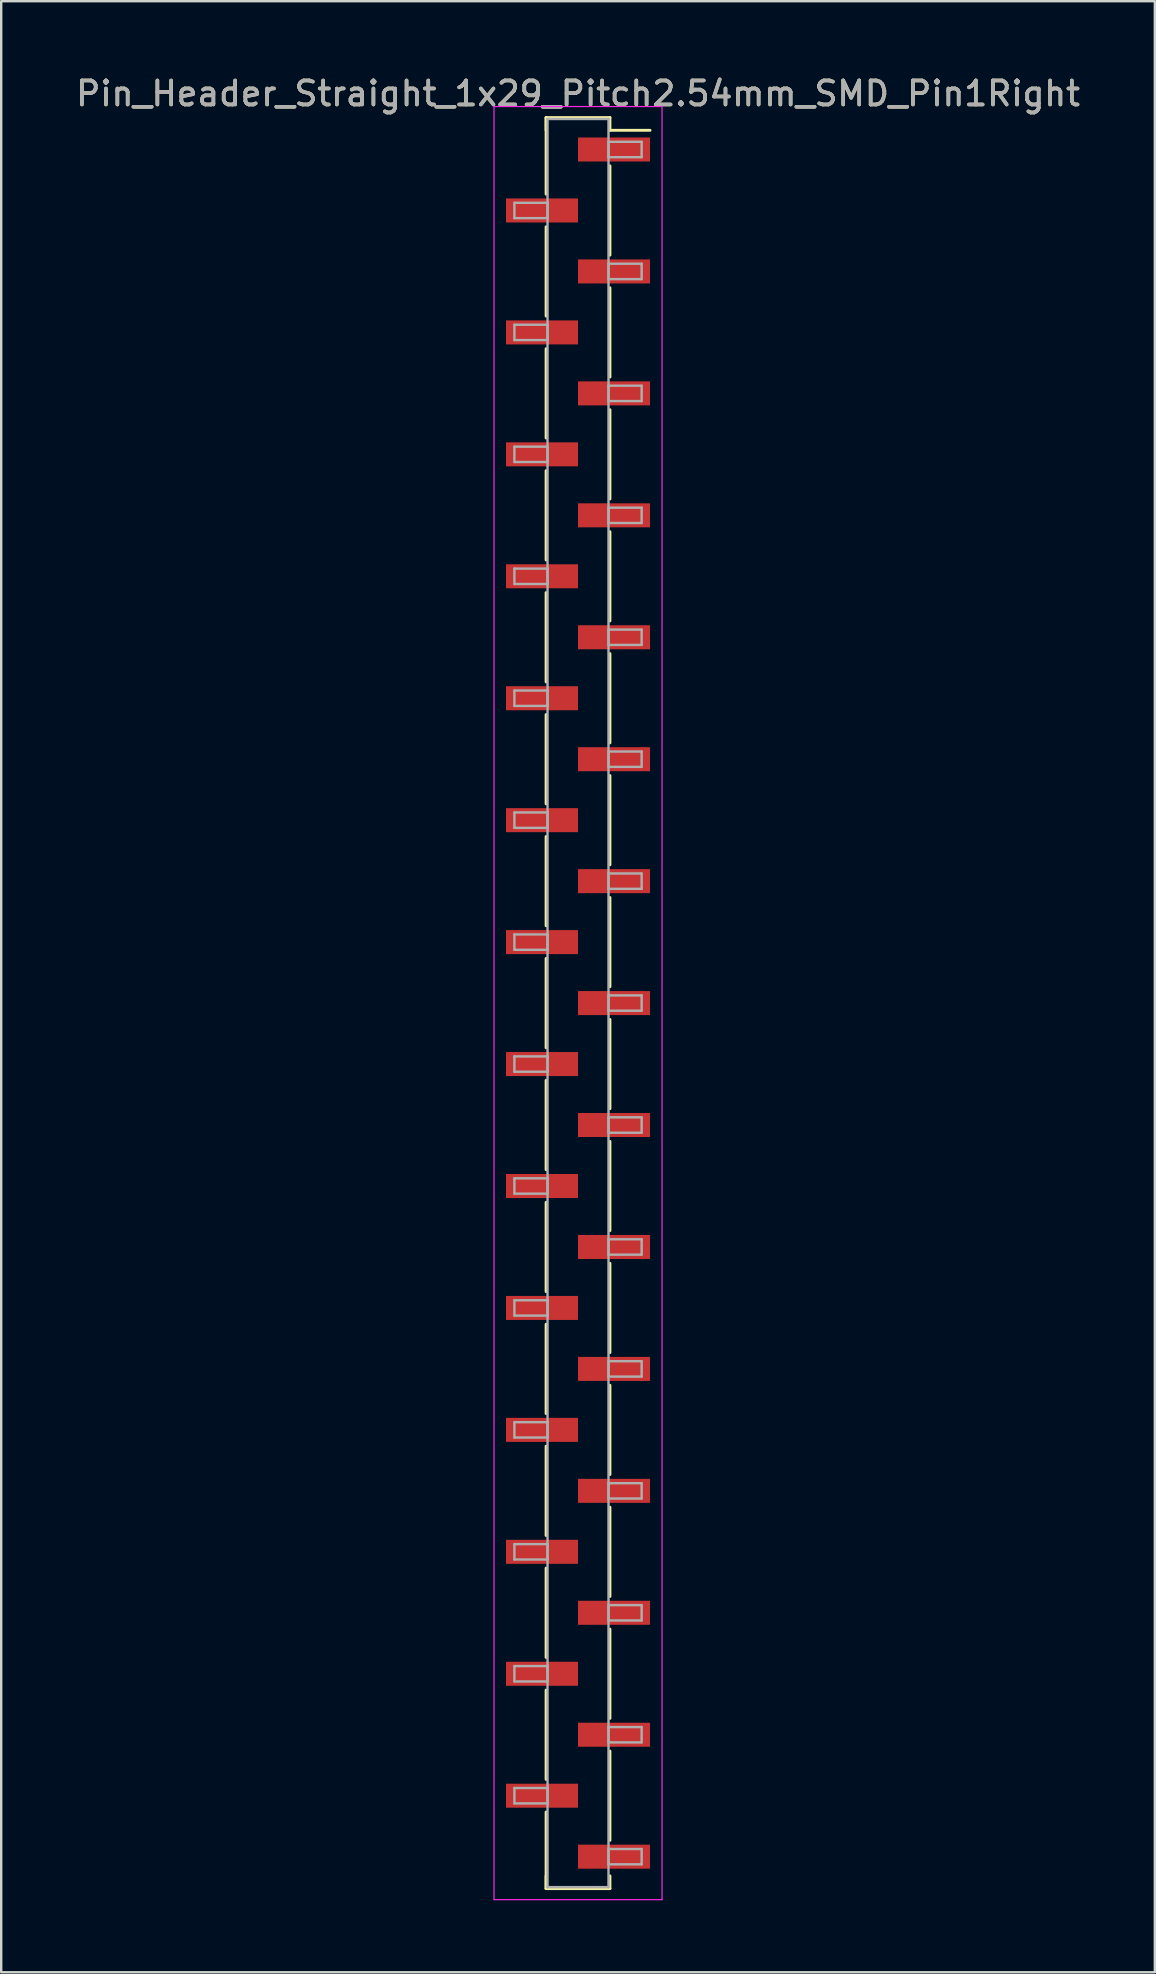
<source format=kicad_pcb>
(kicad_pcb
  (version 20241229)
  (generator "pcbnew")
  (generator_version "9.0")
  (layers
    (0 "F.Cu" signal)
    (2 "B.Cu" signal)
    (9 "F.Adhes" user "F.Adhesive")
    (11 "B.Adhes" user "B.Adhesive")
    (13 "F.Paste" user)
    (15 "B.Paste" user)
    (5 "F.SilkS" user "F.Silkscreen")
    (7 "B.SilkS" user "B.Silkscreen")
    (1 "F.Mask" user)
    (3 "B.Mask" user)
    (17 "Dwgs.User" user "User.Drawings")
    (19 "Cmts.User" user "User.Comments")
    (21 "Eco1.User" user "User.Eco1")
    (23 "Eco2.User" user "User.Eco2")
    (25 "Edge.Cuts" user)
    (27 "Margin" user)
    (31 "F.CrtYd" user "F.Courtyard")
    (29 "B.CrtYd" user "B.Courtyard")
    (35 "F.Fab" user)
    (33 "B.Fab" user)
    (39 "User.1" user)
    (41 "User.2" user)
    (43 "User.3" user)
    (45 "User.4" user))
  (footprint "Pin_Header_Straight_1x29_Pitch2.54mm_SMD_Pin1Right"
    (layer "F.Cu")
    (at 21.03 38.738)
    (property "Reference" "Pin_Header_Straight_1x29_Pitch2.54mm_SMD_Pin1Right" (at 0 -37.89 0) (layer "F.SilkS") (effects (font (size 1 1) (thickness 0.15))))
    (attr smd)
    (fp_line (start -1.33 -36.89) (end -1.33 -33.7) (stroke (width 0.12) (type solid)) (layer "F.SilkS"))
    (fp_line (start -1.33 -36.89) (end 1.33 -36.89) (stroke (width 0.12) (type solid)) (layer "F.SilkS"))
    (fp_line (start -1.33 -36.36) (end -1.33 -36.89) (stroke (width 0.12) (type solid)) (layer "F.SilkS"))
    (fp_line (start -1.33 -32.34) (end -1.33 -28.62) (stroke (width 0.12) (type solid)) (layer "F.SilkS"))
    (fp_line (start -1.33 -27.26) (end -1.33 -23.54) (stroke (width 0.12) (type solid)) (layer "F.SilkS"))
    (fp_line (start -1.33 -22.18) (end -1.33 -18.46) (stroke (width 0.12) (type solid)) (layer "F.SilkS"))
    (fp_line (start -1.33 -17.1) (end -1.33 -13.38) (stroke (width 0.12) (type solid)) (layer "F.SilkS"))
    (fp_line (start -1.33 -12.02) (end -1.33 -8.3) (stroke (width 0.12) (type solid)) (layer "F.SilkS"))
    (fp_line (start -1.33 -6.94) (end -1.33 -3.22) (stroke (width 0.12) (type solid)) (layer "F.SilkS"))
    (fp_line (start -1.33 -1.86) (end -1.33 1.86) (stroke (width 0.12) (type solid)) (layer "F.SilkS"))
    (fp_line (start -1.33 3.22) (end -1.33 6.94) (stroke (width 0.12) (type solid)) (layer "F.SilkS"))
    (fp_line (start -1.33 8.3) (end -1.33 12.02) (stroke (width 0.12) (type solid)) (layer "F.SilkS"))
    (fp_line (start -1.33 13.38) (end -1.33 17.1) (stroke (width 0.12) (type solid)) (layer "F.SilkS"))
    (fp_line (start -1.33 18.46) (end -1.33 22.18) (stroke (width 0.12) (type solid)) (layer "F.SilkS"))
    (fp_line (start -1.33 23.54) (end -1.33 27.26) (stroke (width 0.12) (type solid)) (layer "F.SilkS"))
    (fp_line (start -1.33 28.62) (end -1.33 32.34) (stroke (width 0.12) (type solid)) (layer "F.SilkS"))
    (fp_line (start -1.33 33.7) (end -1.33 36.89) (stroke (width 0.12) (type solid)) (layer "F.SilkS"))
    (fp_line (start -1.33 36.36) (end -1.33 36.89) (stroke (width 0.12) (type solid)) (layer "F.SilkS"))
    (fp_line (start -1.33 36.89) (end 1.33 36.89) (stroke (width 0.12) (type solid)) (layer "F.SilkS"))
    (fp_line (start 1.33 -36.89) (end 1.33 -36.36) (stroke (width 0.12) (type solid)) (layer "F.SilkS"))
    (fp_line (start 1.33 -36.36) (end 3 -36.36) (stroke (width 0.12) (type solid)) (layer "F.SilkS"))
    (fp_line (start 1.33 -34.88) (end 1.33 -31.16) (stroke (width 0.12) (type solid)) (layer "F.SilkS"))
    (fp_line (start 1.33 -29.8) (end 1.33 -26.08) (stroke (width 0.12) (type solid)) (layer "F.SilkS"))
    (fp_line (start 1.33 -24.72) (end 1.33 -21) (stroke (width 0.12) (type solid)) (layer "F.SilkS"))
    (fp_line (start 1.33 -19.64) (end 1.33 -15.92) (stroke (width 0.12) (type solid)) (layer "F.SilkS"))
    (fp_line (start 1.33 -14.56) (end 1.33 -10.84) (stroke (width 0.12) (type solid)) (layer "F.SilkS"))
    (fp_line (start 1.33 -9.48) (end 1.33 -5.76) (stroke (width 0.12) (type solid)) (layer "F.SilkS"))
    (fp_line (start 1.33 -4.4) (end 1.33 -0.68) (stroke (width 0.12) (type solid)) (layer "F.SilkS"))
    (fp_line (start 1.33 0.68) (end 1.33 4.4) (stroke (width 0.12) (type solid)) (layer "F.SilkS"))
    (fp_line (start 1.33 5.76) (end 1.33 9.48) (stroke (width 0.12) (type solid)) (layer "F.SilkS"))
    (fp_line (start 1.33 10.84) (end 1.33 14.56) (stroke (width 0.12) (type solid)) (layer "F.SilkS"))
    (fp_line (start 1.33 15.92) (end 1.33 19.64) (stroke (width 0.12) (type solid)) (layer "F.SilkS"))
    (fp_line (start 1.33 21) (end 1.33 24.72) (stroke (width 0.12) (type solid)) (layer "F.SilkS"))
    (fp_line (start 1.33 26.08) (end 1.33 29.8) (stroke (width 0.12) (type solid)) (layer "F.SilkS"))
    (fp_line (start 1.33 31.16) (end 1.33 34.88) (stroke (width 0.12) (type solid)) (layer "F.SilkS"))
    (fp_line (start 1.33 36.89) (end 1.33 36.36) (stroke (width 0.12) (type solid)) (layer "F.SilkS"))
    (fp_line (start -3.5 -37.35) (end -3.5 37.35) (stroke (width 0.05) (type solid)) (layer "F.CrtYd"))
    (fp_line (start -3.5 37.35) (end 3.5 37.35) (stroke (width 0.05) (type solid)) (layer "F.CrtYd"))
    (fp_line (start 3.5 -37.35) (end -3.5 -37.35) (stroke (width 0.05) (type solid)) (layer "F.CrtYd"))
    (fp_line (start 3.5 37.35) (end 3.5 -37.35) (stroke (width 0.05) (type solid)) (layer "F.CrtYd"))
    (fp_line (start -2.65 -33.34) (end -1.27 -33.34) (stroke (width 0.1) (type solid)) (layer "F.Fab"))
    (fp_line (start -2.65 -32.7) (end -2.65 -33.34) (stroke (width 0.1) (type solid)) (layer "F.Fab"))
    (fp_line (start -2.65 -28.26) (end -1.27 -28.26) (stroke (width 0.1) (type solid)) (layer "F.Fab"))
    (fp_line (start -2.65 -27.62) (end -2.65 -28.26) (stroke (width 0.1) (type solid)) (layer "F.Fab"))
    (fp_line (start -2.65 -23.18) (end -1.27 -23.18) (stroke (width 0.1) (type solid)) (layer "F.Fab"))
    (fp_line (start -2.65 -22.54) (end -2.65 -23.18) (stroke (width 0.1) (type solid)) (layer "F.Fab"))
    (fp_line (start -2.65 -18.1) (end -1.27 -18.1) (stroke (width 0.1) (type solid)) (layer "F.Fab"))
    (fp_line (start -2.65 -17.46) (end -2.65 -18.1) (stroke (width 0.1) (type solid)) (layer "F.Fab"))
    (fp_line (start -2.65 -13.02) (end -1.27 -13.02) (stroke (width 0.1) (type solid)) (layer "F.Fab"))
    (fp_line (start -2.65 -12.38) (end -2.65 -13.02) (stroke (width 0.1) (type solid)) (layer "F.Fab"))
    (fp_line (start -2.65 -7.94) (end -1.27 -7.94) (stroke (width 0.1) (type solid)) (layer "F.Fab"))
    (fp_line (start -2.65 -7.3) (end -2.65 -7.94) (stroke (width 0.1) (type solid)) (layer "F.Fab"))
    (fp_line (start -2.65 -2.86) (end -1.27 -2.86) (stroke (width 0.1) (type solid)) (layer "F.Fab"))
    (fp_line (start -2.65 -2.22) (end -2.65 -2.86) (stroke (width 0.1) (type solid)) (layer "F.Fab"))
    (fp_line (start -2.65 2.22) (end -1.27 2.22) (stroke (width 0.1) (type solid)) (layer "F.Fab"))
    (fp_line (start -2.65 2.86) (end -2.65 2.22) (stroke (width 0.1) (type solid)) (layer "F.Fab"))
    (fp_line (start -2.65 7.3) (end -1.27 7.3) (stroke (width 0.1) (type solid)) (layer "F.Fab"))
    (fp_line (start -2.65 7.94) (end -2.65 7.3) (stroke (width 0.1) (type solid)) (layer "F.Fab"))
    (fp_line (start -2.65 12.38) (end -1.27 12.38) (stroke (width 0.1) (type solid)) (layer "F.Fab"))
    (fp_line (start -2.65 13.02) (end -2.65 12.38) (stroke (width 0.1) (type solid)) (layer "F.Fab"))
    (fp_line (start -2.65 17.46) (end -1.27 17.46) (stroke (width 0.1) (type solid)) (layer "F.Fab"))
    (fp_line (start -2.65 18.1) (end -2.65 17.46) (stroke (width 0.1) (type solid)) (layer "F.Fab"))
    (fp_line (start -2.65 22.54) (end -1.27 22.54) (stroke (width 0.1) (type solid)) (layer "F.Fab"))
    (fp_line (start -2.65 23.18) (end -2.65 22.54) (stroke (width 0.1) (type solid)) (layer "F.Fab"))
    (fp_line (start -2.65 27.62) (end -1.27 27.62) (stroke (width 0.1) (type solid)) (layer "F.Fab"))
    (fp_line (start -2.65 28.26) (end -2.65 27.62) (stroke (width 0.1) (type solid)) (layer "F.Fab"))
    (fp_line (start -2.65 32.7) (end -1.27 32.7) (stroke (width 0.1) (type solid)) (layer "F.Fab"))
    (fp_line (start -2.65 33.34) (end -2.65 32.7) (stroke (width 0.1) (type solid)) (layer "F.Fab"))
    (fp_line (start -1.27 -36.83) (end -1.27 36.83) (stroke (width 0.1) (type solid)) (layer "F.Fab"))
    (fp_line (start -1.27 -33.34) (end -1.27 -32.7) (stroke (width 0.1) (type solid)) (layer "F.Fab"))
    (fp_line (start -1.27 -32.7) (end -2.65 -32.7) (stroke (width 0.1) (type solid)) (layer "F.Fab"))
    (fp_line (start -1.27 -28.26) (end -1.27 -27.62) (stroke (width 0.1) (type solid)) (layer "F.Fab"))
    (fp_line (start -1.27 -27.62) (end -2.65 -27.62) (stroke (width 0.1) (type solid)) (layer "F.Fab"))
    (fp_line (start -1.27 -23.18) (end -1.27 -22.54) (stroke (width 0.1) (type solid)) (layer "F.Fab"))
    (fp_line (start -1.27 -22.54) (end -2.65 -22.54) (stroke (width 0.1) (type solid)) (layer "F.Fab"))
    (fp_line (start -1.27 -18.1) (end -1.27 -17.46) (stroke (width 0.1) (type solid)) (layer "F.Fab"))
    (fp_line (start -1.27 -17.46) (end -2.65 -17.46) (stroke (width 0.1) (type solid)) (layer "F.Fab"))
    (fp_line (start -1.27 -13.02) (end -1.27 -12.38) (stroke (width 0.1) (type solid)) (layer "F.Fab"))
    (fp_line (start -1.27 -12.38) (end -2.65 -12.38) (stroke (width 0.1) (type solid)) (layer "F.Fab"))
    (fp_line (start -1.27 -7.94) (end -1.27 -7.3) (stroke (width 0.1) (type solid)) (layer "F.Fab"))
    (fp_line (start -1.27 -7.3) (end -2.65 -7.3) (stroke (width 0.1) (type solid)) (layer "F.Fab"))
    (fp_line (start -1.27 -2.86) (end -1.27 -2.22) (stroke (width 0.1) (type solid)) (layer "F.Fab"))
    (fp_line (start -1.27 -2.22) (end -2.65 -2.22) (stroke (width 0.1) (type solid)) (layer "F.Fab"))
    (fp_line (start -1.27 2.22) (end -1.27 2.86) (stroke (width 0.1) (type solid)) (layer "F.Fab"))
    (fp_line (start -1.27 2.86) (end -2.65 2.86) (stroke (width 0.1) (type solid)) (layer "F.Fab"))
    (fp_line (start -1.27 7.3) (end -1.27 7.94) (stroke (width 0.1) (type solid)) (layer "F.Fab"))
    (fp_line (start -1.27 7.94) (end -2.65 7.94) (stroke (width 0.1) (type solid)) (layer "F.Fab"))
    (fp_line (start -1.27 12.38) (end -1.27 13.02) (stroke (width 0.1) (type solid)) (layer "F.Fab"))
    (fp_line (start -1.27 13.02) (end -2.65 13.02) (stroke (width 0.1) (type solid)) (layer "F.Fab"))
    (fp_line (start -1.27 17.46) (end -1.27 18.1) (stroke (width 0.1) (type solid)) (layer "F.Fab"))
    (fp_line (start -1.27 18.1) (end -2.65 18.1) (stroke (width 0.1) (type solid)) (layer "F.Fab"))
    (fp_line (start -1.27 22.54) (end -1.27 23.18) (stroke (width 0.1) (type solid)) (layer "F.Fab"))
    (fp_line (start -1.27 23.18) (end -2.65 23.18) (stroke (width 0.1) (type solid)) (layer "F.Fab"))
    (fp_line (start -1.27 27.62) (end -1.27 28.26) (stroke (width 0.1) (type solid)) (layer "F.Fab"))
    (fp_line (start -1.27 28.26) (end -2.65 28.26) (stroke (width 0.1) (type solid)) (layer "F.Fab"))
    (fp_line (start -1.27 32.7) (end -1.27 33.34) (stroke (width 0.1) (type solid)) (layer "F.Fab"))
    (fp_line (start -1.27 33.34) (end -2.65 33.34) (stroke (width 0.1) (type solid)) (layer "F.Fab"))
    (fp_line (start -1.27 36.83) (end 1.27 36.83) (stroke (width 0.1) (type solid)) (layer "F.Fab"))
    (fp_line (start 1.27 -36.83) (end -1.27 -36.83) (stroke (width 0.1) (type solid)) (layer "F.Fab"))
    (fp_line (start 1.27 -35.88) (end 1.27 -35.24) (stroke (width 0.1) (type solid)) (layer "F.Fab"))
    (fp_line (start 1.27 -35.24) (end 2.65 -35.24) (stroke (width 0.1) (type solid)) (layer "F.Fab"))
    (fp_line (start 1.27 -30.8) (end 1.27 -30.16) (stroke (width 0.1) (type solid)) (layer "F.Fab"))
    (fp_line (start 1.27 -30.16) (end 2.65 -30.16) (stroke (width 0.1) (type solid)) (layer "F.Fab"))
    (fp_line (start 1.27 -25.72) (end 1.27 -25.08) (stroke (width 0.1) (type solid)) (layer "F.Fab"))
    (fp_line (start 1.27 -25.08) (end 2.65 -25.08) (stroke (width 0.1) (type solid)) (layer "F.Fab"))
    (fp_line (start 1.27 -20.64) (end 1.27 -20) (stroke (width 0.1) (type solid)) (layer "F.Fab"))
    (fp_line (start 1.27 -20) (end 2.65 -20) (stroke (width 0.1) (type solid)) (layer "F.Fab"))
    (fp_line (start 1.27 -15.56) (end 1.27 -14.92) (stroke (width 0.1) (type solid)) (layer "F.Fab"))
    (fp_line (start 1.27 -14.92) (end 2.65 -14.92) (stroke (width 0.1) (type solid)) (layer "F.Fab"))
    (fp_line (start 1.27 -10.48) (end 1.27 -9.84) (stroke (width 0.1) (type solid)) (layer "F.Fab"))
    (fp_line (start 1.27 -9.84) (end 2.65 -9.84) (stroke (width 0.1) (type solid)) (layer "F.Fab"))
    (fp_line (start 1.27 -5.4) (end 1.27 -4.76) (stroke (width 0.1) (type solid)) (layer "F.Fab"))
    (fp_line (start 1.27 -4.76) (end 2.65 -4.76) (stroke (width 0.1) (type solid)) (layer "F.Fab"))
    (fp_line (start 1.27 -0.32) (end 1.27 0.32) (stroke (width 0.1) (type solid)) (layer "F.Fab"))
    (fp_line (start 1.27 0.32) (end 2.65 0.32) (stroke (width 0.1) (type solid)) (layer "F.Fab"))
    (fp_line (start 1.27 4.76) (end 1.27 5.4) (stroke (width 0.1) (type solid)) (layer "F.Fab"))
    (fp_line (start 1.27 5.4) (end 2.65 5.4) (stroke (width 0.1) (type solid)) (layer "F.Fab"))
    (fp_line (start 1.27 9.84) (end 1.27 10.48) (stroke (width 0.1) (type solid)) (layer "F.Fab"))
    (fp_line (start 1.27 10.48) (end 2.65 10.48) (stroke (width 0.1) (type solid)) (layer "F.Fab"))
    (fp_line (start 1.27 14.92) (end 1.27 15.56) (stroke (width 0.1) (type solid)) (layer "F.Fab"))
    (fp_line (start 1.27 15.56) (end 2.65 15.56) (stroke (width 0.1) (type solid)) (layer "F.Fab"))
    (fp_line (start 1.27 20) (end 1.27 20.64) (stroke (width 0.1) (type solid)) (layer "F.Fab"))
    (fp_line (start 1.27 20.64) (end 2.65 20.64) (stroke (width 0.1) (type solid)) (layer "F.Fab"))
    (fp_line (start 1.27 25.08) (end 1.27 25.72) (stroke (width 0.1) (type solid)) (layer "F.Fab"))
    (fp_line (start 1.27 25.72) (end 2.65 25.72) (stroke (width 0.1) (type solid)) (layer "F.Fab"))
    (fp_line (start 1.27 30.16) (end 1.27 30.8) (stroke (width 0.1) (type solid)) (layer "F.Fab"))
    (fp_line (start 1.27 30.8) (end 2.65 30.8) (stroke (width 0.1) (type solid)) (layer "F.Fab"))
    (fp_line (start 1.27 35.24) (end 1.27 35.88) (stroke (width 0.1) (type solid)) (layer "F.Fab"))
    (fp_line (start 1.27 35.88) (end 2.65 35.88) (stroke (width 0.1) (type solid)) (layer "F.Fab"))
    (fp_line (start 1.27 36.83) (end 1.27 -36.83) (stroke (width 0.1) (type solid)) (layer "F.Fab"))
    (fp_line (start 2.65 -35.88) (end 1.27 -35.88) (stroke (width 0.1) (type solid)) (layer "F.Fab"))
    (fp_line (start 2.65 -35.24) (end 2.65 -35.88) (stroke (width 0.1) (type solid)) (layer "F.Fab"))
    (fp_line (start 2.65 -30.8) (end 1.27 -30.8) (stroke (width 0.1) (type solid)) (layer "F.Fab"))
    (fp_line (start 2.65 -30.16) (end 2.65 -30.8) (stroke (width 0.1) (type solid)) (layer "F.Fab"))
    (fp_line (start 2.65 -25.72) (end 1.27 -25.72) (stroke (width 0.1) (type solid)) (layer "F.Fab"))
    (fp_line (start 2.65 -25.08) (end 2.65 -25.72) (stroke (width 0.1) (type solid)) (layer "F.Fab"))
    (fp_line (start 2.65 -20.64) (end 1.27 -20.64) (stroke (width 0.1) (type solid)) (layer "F.Fab"))
    (fp_line (start 2.65 -20) (end 2.65 -20.64) (stroke (width 0.1) (type solid)) (layer "F.Fab"))
    (fp_line (start 2.65 -15.56) (end 1.27 -15.56) (stroke (width 0.1) (type solid)) (layer "F.Fab"))
    (fp_line (start 2.65 -14.92) (end 2.65 -15.56) (stroke (width 0.1) (type solid)) (layer "F.Fab"))
    (fp_line (start 2.65 -10.48) (end 1.27 -10.48) (stroke (width 0.1) (type solid)) (layer "F.Fab"))
    (fp_line (start 2.65 -9.84) (end 2.65 -10.48) (stroke (width 0.1) (type solid)) (layer "F.Fab"))
    (fp_line (start 2.65 -5.4) (end 1.27 -5.4) (stroke (width 0.1) (type solid)) (layer "F.Fab"))
    (fp_line (start 2.65 -4.76) (end 2.65 -5.4) (stroke (width 0.1) (type solid)) (layer "F.Fab"))
    (fp_line (start 2.65 -0.32) (end 1.27 -0.32) (stroke (width 0.1) (type solid)) (layer "F.Fab"))
    (fp_line (start 2.65 0.32) (end 2.65 -0.32) (stroke (width 0.1) (type solid)) (layer "F.Fab"))
    (fp_line (start 2.65 4.76) (end 1.27 4.76) (stroke (width 0.1) (type solid)) (layer "F.Fab"))
    (fp_line (start 2.65 5.4) (end 2.65 4.76) (stroke (width 0.1) (type solid)) (layer "F.Fab"))
    (fp_line (start 2.65 9.84) (end 1.27 9.84) (stroke (width 0.1) (type solid)) (layer "F.Fab"))
    (fp_line (start 2.65 10.48) (end 2.65 9.84) (stroke (width 0.1) (type solid)) (layer "F.Fab"))
    (fp_line (start 2.65 14.92) (end 1.27 14.92) (stroke (width 0.1) (type solid)) (layer "F.Fab"))
    (fp_line (start 2.65 15.56) (end 2.65 14.92) (stroke (width 0.1) (type solid)) (layer "F.Fab"))
    (fp_line (start 2.65 20) (end 1.27 20) (stroke (width 0.1) (type solid)) (layer "F.Fab"))
    (fp_line (start 2.65 20.64) (end 2.65 20) (stroke (width 0.1) (type solid)) (layer "F.Fab"))
    (fp_line (start 2.65 25.08) (end 1.27 25.08) (stroke (width 0.1) (type solid)) (layer "F.Fab"))
    (fp_line (start 2.65 25.72) (end 2.65 25.08) (stroke (width 0.1) (type solid)) (layer "F.Fab"))
    (fp_line (start 2.65 30.16) (end 1.27 30.16) (stroke (width 0.1) (type solid)) (layer "F.Fab"))
    (fp_line (start 2.65 30.8) (end 2.65 30.16) (stroke (width 0.1) (type solid)) (layer "F.Fab"))
    (fp_line (start 2.65 35.24) (end 1.27 35.24) (stroke (width 0.1) (type solid)) (layer "F.Fab"))
    (fp_line (start 2.65 35.88) (end 2.65 35.24) (stroke (width 0.1) (type solid)) (layer "F.Fab"))
    (fp_text user "${REFERENCE}" (at 0 -37.89 0) (layer "F.Fab") (effects (font (size 1 1) (thickness 0.15))))
    (pad "1" smd rect (at 1.5 -35.56) (size 3 1) (layers "F.Cu" "F.Mask" "F.Paste"))
    (pad "2" smd rect (at -1.5 -33.02) (size 3 1) (layers "F.Cu" "F.Mask" "F.Paste"))
    (pad "3" smd rect (at 1.5 -30.48) (size 3 1) (layers "F.Cu" "F.Mask" "F.Paste"))
    (pad "4" smd rect (at -1.5 -27.94) (size 3 1) (layers "F.Cu" "F.Mask" "F.Paste"))
    (pad "5" smd rect (at 1.5 -25.4) (size 3 1) (layers "F.Cu" "F.Mask" "F.Paste"))
    (pad "6" smd rect (at -1.5 -22.86) (size 3 1) (layers "F.Cu" "F.Mask" "F.Paste"))
    (pad "7" smd rect (at 1.5 -20.32) (size 3 1) (layers "F.Cu" "F.Mask" "F.Paste"))
    (pad "8" smd rect (at -1.5 -17.78) (size 3 1) (layers "F.Cu" "F.Mask" "F.Paste"))
    (pad "9" smd rect (at 1.5 -15.24) (size 3 1) (layers "F.Cu" "F.Mask" "F.Paste"))
    (pad "10" smd rect (at -1.5 -12.7) (size 3 1) (layers "F.Cu" "F.Mask" "F.Paste"))
    (pad "11" smd rect (at 1.5 -10.16) (size 3 1) (layers "F.Cu" "F.Mask" "F.Paste"))
    (pad "12" smd rect (at -1.5 -7.62) (size 3 1) (layers "F.Cu" "F.Mask" "F.Paste"))
    (pad "13" smd rect (at 1.5 -5.08) (size 3 1) (layers "F.Cu" "F.Mask" "F.Paste"))
    (pad "14" smd rect (at -1.5 -2.54) (size 3 1) (layers "F.Cu" "F.Mask" "F.Paste"))
    (pad "15" smd rect (at 1.5 0) (size 3 1) (layers "F.Cu" "F.Mask" "F.Paste"))
    (pad "16" smd rect (at -1.5 2.54) (size 3 1) (layers "F.Cu" "F.Mask" "F.Paste"))
    (pad "17" smd rect (at 1.5 5.08) (size 3 1) (layers "F.Cu" "F.Mask" "F.Paste"))
    (pad "18" smd rect (at -1.5 7.62) (size 3 1) (layers "F.Cu" "F.Mask" "F.Paste"))
    (pad "19" smd rect (at 1.5 10.16) (size 3 1) (layers "F.Cu" "F.Mask" "F.Paste"))
    (pad "20" smd rect (at -1.5 12.7) (size 3 1) (layers "F.Cu" "F.Mask" "F.Paste"))
    (pad "21" smd rect (at 1.5 15.24) (size 3 1) (layers "F.Cu" "F.Mask" "F.Paste"))
    (pad "22" smd rect (at -1.5 17.78) (size 3 1) (layers "F.Cu" "F.Mask" "F.Paste"))
    (pad "23" smd rect (at 1.5 20.32) (size 3 1) (layers "F.Cu" "F.Mask" "F.Paste"))
    (pad "24" smd rect (at -1.5 22.86) (size 3 1) (layers "F.Cu" "F.Mask" "F.Paste"))
    (pad "25" smd rect (at 1.5 25.4) (size 3 1) (layers "F.Cu" "F.Mask" "F.Paste"))
    (pad "26" smd rect (at -1.5 27.94) (size 3 1) (layers "F.Cu" "F.Mask" "F.Paste"))
    (pad "27" smd rect (at 1.5 30.48) (size 3 1) (layers "F.Cu" "F.Mask" "F.Paste"))
    (pad "28" smd rect (at -1.5 33.02) (size 3 1) (layers "F.Cu" "F.Mask" "F.Paste"))
    (pad "29" smd rect (at 1.5 35.56) (size 3 1) (layers "F.Cu" "F.Mask" "F.Paste")))
  (gr_rect
    (start -3 -3)
    (end 45.06 79.113)
    (stroke (width 0.1) (type default))
    (fill no)
    (layer "Edge.Cuts")))
</source>
